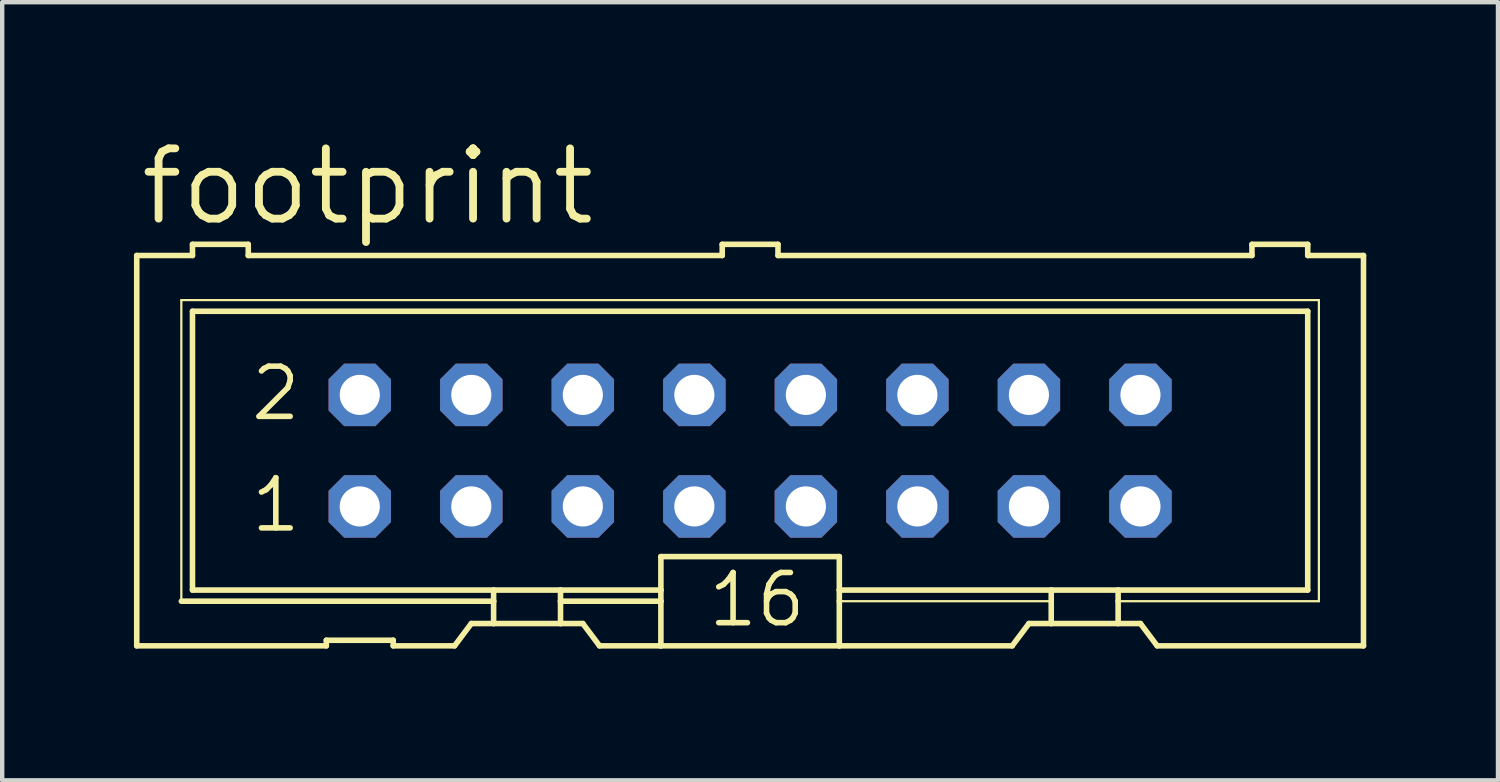
<source format=kicad_pcb>
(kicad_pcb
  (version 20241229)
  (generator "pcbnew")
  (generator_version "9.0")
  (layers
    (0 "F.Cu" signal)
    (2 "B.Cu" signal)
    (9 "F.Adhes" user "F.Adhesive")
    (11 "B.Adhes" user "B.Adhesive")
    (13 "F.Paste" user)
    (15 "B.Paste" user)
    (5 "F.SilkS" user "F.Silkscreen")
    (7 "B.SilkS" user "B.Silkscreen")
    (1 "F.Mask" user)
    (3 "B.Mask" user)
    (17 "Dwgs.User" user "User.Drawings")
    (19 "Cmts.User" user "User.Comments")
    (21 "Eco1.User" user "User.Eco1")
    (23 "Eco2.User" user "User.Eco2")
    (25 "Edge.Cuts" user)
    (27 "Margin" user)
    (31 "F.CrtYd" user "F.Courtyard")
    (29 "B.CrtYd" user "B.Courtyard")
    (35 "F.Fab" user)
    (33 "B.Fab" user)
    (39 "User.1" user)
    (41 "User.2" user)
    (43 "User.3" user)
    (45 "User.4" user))
  (footprint "footprint"
    (layer "F.Cu")
    (at 14.034 7.214)
    (property "Reference" "footprint" (at -13.97 -5.08 0) (layer "F.SilkS") (effects (font (size 1.6 1.6) (thickness 0.178)) (justify left bottom)))
    (fp_line (start -13.97 -4.445) (end -13.97 4.445) (stroke (width 0.127) (type solid)) (layer "F.SilkS"))
    (fp_line (start -13.97 -4.445) (end -12.7 -4.445) (stroke (width 0.127) (type solid)) (layer "F.SilkS"))
    (fp_line (start -13.97 4.445) (end -9.652 4.445) (stroke (width 0.127) (type solid)) (layer "F.SilkS"))
    (fp_line (start -12.954 -3.429) (end -12.954 3.429) (stroke (width 0.051) (type solid)) (layer "F.SilkS"))
    (fp_line (start -12.954 3.429) (end -5.842 3.429) (stroke (width 0.127) (type solid)) (layer "F.SilkS"))
    (fp_line (start -12.7 -4.699) (end -12.7 -4.445) (stroke (width 0.127) (type solid)) (layer "F.SilkS"))
    (fp_line (start -12.7 -3.175) (end -12.7 3.175) (stroke (width 0.127) (type solid)) (layer "F.SilkS"))
    (fp_line (start -12.7 -3.175) (end 12.7 -3.175) (stroke (width 0.127) (type solid)) (layer "F.SilkS"))
    (fp_line (start -11.43 -4.699) (end -12.7 -4.699) (stroke (width 0.127) (type solid)) (layer "F.SilkS"))
    (fp_line (start -11.43 -4.699) (end -11.43 -4.445) (stroke (width 0.127) (type solid)) (layer "F.SilkS"))
    (fp_line (start -11.43 -4.445) (end -0.635 -4.445) (stroke (width 0.127) (type solid)) (layer "F.SilkS"))
    (fp_line (start -9.652 4.318) (end -9.652 4.445) (stroke (width 0.127) (type solid)) (layer "F.SilkS"))
    (fp_line (start -9.652 4.318) (end -8.128 4.318) (stroke (width 0.127) (type solid)) (layer "F.SilkS"))
    (fp_line (start -8.128 4.445) (end -8.128 4.318) (stroke (width 0.127) (type solid)) (layer "F.SilkS"))
    (fp_line (start -8.128 4.445) (end -6.731 4.445) (stroke (width 0.127) (type solid)) (layer "F.SilkS"))
    (fp_line (start -6.731 4.445) (end -6.35 3.937) (stroke (width 0.127) (type solid)) (layer "F.SilkS"))
    (fp_line (start -5.842 3.175) (end -12.7 3.175) (stroke (width 0.127) (type solid)) (layer "F.SilkS"))
    (fp_line (start -5.842 3.175) (end -5.842 3.429) (stroke (width 0.127) (type solid)) (layer "F.SilkS"))
    (fp_line (start -5.842 3.429) (end -5.842 3.937) (stroke (width 0.127) (type solid)) (layer "F.SilkS"))
    (fp_line (start -5.842 3.937) (end -6.35 3.937) (stroke (width 0.127) (type solid)) (layer "F.SilkS"))
    (fp_line (start -4.318 3.175) (end -5.842 3.175) (stroke (width 0.127) (type solid)) (layer "F.SilkS"))
    (fp_line (start -4.318 3.175) (end -4.318 3.429) (stroke (width 0.127) (type solid)) (layer "F.SilkS"))
    (fp_line (start -4.318 3.429) (end -4.318 3.937) (stroke (width 0.127) (type solid)) (layer "F.SilkS"))
    (fp_line (start -4.318 3.429) (end -2.032 3.429) (stroke (width 0.127) (type solid)) (layer "F.SilkS"))
    (fp_line (start -4.318 3.937) (end -5.842 3.937) (stroke (width 0.127) (type solid)) (layer "F.SilkS"))
    (fp_line (start -3.81 3.937) (end -4.318 3.937) (stroke (width 0.127) (type solid)) (layer "F.SilkS"))
    (fp_line (start -3.81 3.937) (end -3.429 4.445) (stroke (width 0.127) (type solid)) (layer "F.SilkS"))
    (fp_line (start -3.429 4.445) (end -2.032 4.445) (stroke (width 0.127) (type solid)) (layer "F.SilkS"))
    (fp_line (start -2.032 3.175) (end -4.318 3.175) (stroke (width 0.127) (type solid)) (layer "F.SilkS"))
    (fp_line (start -2.032 3.175) (end -2.032 2.413) (stroke (width 0.127) (type solid)) (layer "F.SilkS"))
    (fp_line (start -2.032 3.175) (end -2.032 3.429) (stroke (width 0.127) (type solid)) (layer "F.SilkS"))
    (fp_line (start -2.032 3.429) (end -2.032 4.445) (stroke (width 0.127) (type solid)) (layer "F.SilkS"))
    (fp_line (start -0.635 -4.699) (end -0.635 -4.445) (stroke (width 0.127) (type solid)) (layer "F.SilkS"))
    (fp_line (start 0.635 -4.699) (end -0.635 -4.699) (stroke (width 0.127) (type solid)) (layer "F.SilkS"))
    (fp_line (start 0.635 -4.699) (end 0.635 -4.445) (stroke (width 0.127) (type solid)) (layer "F.SilkS"))
    (fp_line (start 0.635 -4.445) (end 11.43 -4.445) (stroke (width 0.127) (type solid)) (layer "F.SilkS"))
    (fp_line (start 2.032 2.413) (end -2.032 2.413) (stroke (width 0.127) (type solid)) (layer "F.SilkS"))
    (fp_line (start 2.032 2.413) (end 2.032 3.175) (stroke (width 0.127) (type solid)) (layer "F.SilkS"))
    (fp_line (start 2.032 3.175) (end 2.032 3.429) (stroke (width 0.127) (type solid)) (layer "F.SilkS"))
    (fp_line (start 2.032 3.429) (end 2.032 4.445) (stroke (width 0.127) (type solid)) (layer "F.SilkS"))
    (fp_line (start 2.032 4.445) (end -2.032 4.445) (stroke (width 0.127) (type solid)) (layer "F.SilkS"))
    (fp_line (start 5.969 4.445) (end 2.032 4.445) (stroke (width 0.127) (type solid)) (layer "F.SilkS"))
    (fp_line (start 5.969 4.445) (end 6.35 3.937) (stroke (width 0.127) (type solid)) (layer "F.SilkS"))
    (fp_line (start 6.858 3.175) (end 2.032 3.175) (stroke (width 0.127) (type solid)) (layer "F.SilkS"))
    (fp_line (start 6.858 3.175) (end 6.858 3.429) (stroke (width 0.127) (type solid)) (layer "F.SilkS"))
    (fp_line (start 6.858 3.429) (end 2.032 3.429) (stroke (width 0.051) (type solid)) (layer "F.SilkS"))
    (fp_line (start 6.858 3.429) (end 6.858 3.937) (stroke (width 0.127) (type solid)) (layer "F.SilkS"))
    (fp_line (start 6.858 3.937) (end 6.35 3.937) (stroke (width 0.127) (type solid)) (layer "F.SilkS"))
    (fp_line (start 8.382 3.175) (end 6.858 3.175) (stroke (width 0.127) (type solid)) (layer "F.SilkS"))
    (fp_line (start 8.382 3.175) (end 8.382 3.429) (stroke (width 0.127) (type solid)) (layer "F.SilkS"))
    (fp_line (start 8.382 3.429) (end 8.382 3.937) (stroke (width 0.127) (type solid)) (layer "F.SilkS"))
    (fp_line (start 8.382 3.429) (end 12.954 3.429) (stroke (width 0.051) (type solid)) (layer "F.SilkS"))
    (fp_line (start 8.382 3.937) (end 6.858 3.937) (stroke (width 0.127) (type solid)) (layer "F.SilkS"))
    (fp_line (start 8.89 3.937) (end 8.382 3.937) (stroke (width 0.127) (type solid)) (layer "F.SilkS"))
    (fp_line (start 8.89 3.937) (end 9.271 4.445) (stroke (width 0.127) (type solid)) (layer "F.SilkS"))
    (fp_line (start 11.43 -4.445) (end 11.43 -4.699) (stroke (width 0.127) (type solid)) (layer "F.SilkS"))
    (fp_line (start 12.7 -4.699) (end 11.43 -4.699) (stroke (width 0.127) (type solid)) (layer "F.SilkS"))
    (fp_line (start 12.7 -4.445) (end 12.7 -4.699) (stroke (width 0.127) (type solid)) (layer "F.SilkS"))
    (fp_line (start 12.7 -4.445) (end 13.97 -4.445) (stroke (width 0.127) (type solid)) (layer "F.SilkS"))
    (fp_line (start 12.7 3.175) (end 8.382 3.175) (stroke (width 0.127) (type solid)) (layer "F.SilkS"))
    (fp_line (start 12.7 3.175) (end 12.7 -3.175) (stroke (width 0.127) (type solid)) (layer "F.SilkS"))
    (fp_line (start 12.954 -3.429) (end -12.954 -3.429) (stroke (width 0.051) (type solid)) (layer "F.SilkS"))
    (fp_line (start 12.954 3.429) (end 12.954 -3.429) (stroke (width 0.051) (type solid)) (layer "F.SilkS"))
    (fp_line (start 13.97 4.445) (end 9.271 4.445) (stroke (width 0.127) (type solid)) (layer "F.SilkS"))
    (fp_line (start 13.97 4.445) (end 13.97 -4.445) (stroke (width 0.127) (type solid)) (layer "F.SilkS"))
    (fp_poly (pts (xy -9.144 -1.016) (xy -8.636 -1.016) (xy -8.636 -1.524) (xy -9.144 -1.524)) (stroke (width 0.1) (type solid)) (fill no) (layer "F.Fab"))
    (fp_poly (pts (xy -9.144 1.524) (xy -8.636 1.524) (xy -8.636 1.016) (xy -9.144 1.016)) (stroke (width 0.1) (type solid)) (fill no) (layer "F.Fab"))
    (fp_poly (pts (xy -6.604 -1.016) (xy -6.096 -1.016) (xy -6.096 -1.524) (xy -6.604 -1.524)) (stroke (width 0.1) (type solid)) (fill no) (layer "F.Fab"))
    (fp_poly (pts (xy -6.604 1.524) (xy -6.096 1.524) (xy -6.096 1.016) (xy -6.604 1.016)) (stroke (width 0.1) (type solid)) (fill no) (layer "F.Fab"))
    (fp_poly (pts (xy -4.064 -1.016) (xy -3.556 -1.016) (xy -3.556 -1.524) (xy -4.064 -1.524)) (stroke (width 0.1) (type solid)) (fill no) (layer "F.Fab"))
    (fp_poly (pts (xy -4.064 1.524) (xy -3.556 1.524) (xy -3.556 1.016) (xy -4.064 1.016)) (stroke (width 0.1) (type solid)) (fill no) (layer "F.Fab"))
    (fp_poly (pts (xy -1.524 -1.016) (xy -1.016 -1.016) (xy -1.016 -1.524) (xy -1.524 -1.524)) (stroke (width 0.1) (type solid)) (fill no) (layer "F.Fab"))
    (fp_poly (pts (xy -1.524 1.524) (xy -1.016 1.524) (xy -1.016 1.016) (xy -1.524 1.016)) (stroke (width 0.1) (type solid)) (fill no) (layer "F.Fab"))
    (fp_poly (pts (xy 1.016 -1.016) (xy 1.524 -1.016) (xy 1.524 -1.524) (xy 1.016 -1.524)) (stroke (width 0.1) (type solid)) (fill no) (layer "F.Fab"))
    (fp_poly (pts (xy 1.016 1.524) (xy 1.524 1.524) (xy 1.524 1.016) (xy 1.016 1.016)) (stroke (width 0.1) (type solid)) (fill no) (layer "F.Fab"))
    (fp_poly (pts (xy 3.556 -1.016) (xy 4.064 -1.016) (xy 4.064 -1.524) (xy 3.556 -1.524)) (stroke (width 0.1) (type solid)) (fill no) (layer "F.Fab"))
    (fp_poly (pts (xy 3.556 1.524) (xy 4.064 1.524) (xy 4.064 1.016) (xy 3.556 1.016)) (stroke (width 0.1) (type solid)) (fill no) (layer "F.Fab"))
    (fp_poly (pts (xy 6.096 -1.016) (xy 6.604 -1.016) (xy 6.604 -1.524) (xy 6.096 -1.524)) (stroke (width 0.1) (type solid)) (fill no) (layer "F.Fab"))
    (fp_poly (pts (xy 6.096 1.524) (xy 6.604 1.524) (xy 6.604 1.016) (xy 6.096 1.016)) (stroke (width 0.1) (type solid)) (fill no) (layer "F.Fab"))
    (fp_poly (pts (xy 8.636 -1.016) (xy 9.144 -1.016) (xy 9.144 -1.524) (xy 8.636 -1.524)) (stroke (width 0.1) (type solid)) (fill no) (layer "F.Fab"))
    (fp_poly (pts (xy 8.636 1.524) (xy 9.144 1.524) (xy 9.144 1.016) (xy 8.636 1.016)) (stroke (width 0.1) (type solid)) (fill no) (layer "F.Fab"))
    (fp_text user "2" (at -11.43 -0.635 0) (layer "F.SilkS") (effects (font (size 1.143 1.143) (thickness 0.127)) (justify left bottom)))
    (fp_text user "16" (at -1.016 4.064 0) (layer "F.SilkS") (effects (font (size 1.143 1.143) (thickness 0.127)) (justify left bottom)))
    (fp_text user "1" (at -11.43 1.905 0) (layer "F.SilkS") (effects (font (size 1.143 1.143) (thickness 0.127)) (justify left bottom)))
    (pad "1" thru_hole roundrect (at -8.89 1.27) (size 1.422 1.422) (drill 0.914) (layers "*.Cu" "*.Mask") (roundrect_rratio 0.25) (chamfer_ratio 0.25) (chamfer top_left top_right bottom_left bottom_right))
    (pad "2" thru_hole roundrect (at -8.89 -1.27) (size 1.422 1.422) (drill 0.914) (layers "*.Cu" "*.Mask") (roundrect_rratio 0.25) (chamfer_ratio 0.25) (chamfer top_left top_right bottom_left bottom_right))
    (pad "3" thru_hole roundrect (at -6.35 1.27) (size 1.422 1.422) (drill 0.914) (layers "*.Cu" "*.Mask") (roundrect_rratio 0.25) (chamfer_ratio 0.25) (chamfer top_left top_right bottom_left bottom_right))
    (pad "4" thru_hole roundrect (at -6.35 -1.27) (size 1.422 1.422) (drill 0.914) (layers "*.Cu" "*.Mask") (roundrect_rratio 0.25) (chamfer_ratio 0.25) (chamfer top_left top_right bottom_left bottom_right))
    (pad "5" thru_hole roundrect (at -3.81 1.27) (size 1.422 1.422) (drill 0.914) (layers "*.Cu" "*.Mask") (roundrect_rratio 0.25) (chamfer_ratio 0.25) (chamfer top_left top_right bottom_left bottom_right))
    (pad "6" thru_hole roundrect (at -3.81 -1.27) (size 1.422 1.422) (drill 0.914) (layers "*.Cu" "*.Mask") (roundrect_rratio 0.25) (chamfer_ratio 0.25) (chamfer top_left top_right bottom_left bottom_right))
    (pad "7" thru_hole roundrect (at -1.27 1.27) (size 1.422 1.422) (drill 0.914) (layers "*.Cu" "*.Mask") (roundrect_rratio 0.25) (chamfer_ratio 0.25) (chamfer top_left top_right bottom_left bottom_right))
    (pad "8" thru_hole roundrect (at -1.27 -1.27) (size 1.422 1.422) (drill 0.914) (layers "*.Cu" "*.Mask") (roundrect_rratio 0.25) (chamfer_ratio 0.25) (chamfer top_left top_right bottom_left bottom_right))
    (pad "9" thru_hole roundrect (at 1.27 1.27) (size 1.422 1.422) (drill 0.914) (layers "*.Cu" "*.Mask") (roundrect_rratio 0.25) (chamfer_ratio 0.25) (chamfer top_left top_right bottom_left bottom_right))
    (pad "10" thru_hole roundrect (at 1.27 -1.27) (size 1.422 1.422) (drill 0.914) (layers "*.Cu" "*.Mask") (roundrect_rratio 0.25) (chamfer_ratio 0.25) (chamfer top_left top_right bottom_left bottom_right))
    (pad "11" thru_hole roundrect (at 3.81 1.27) (size 1.422 1.422) (drill 0.914) (layers "*.Cu" "*.Mask") (roundrect_rratio 0.25) (chamfer_ratio 0.25) (chamfer top_left top_right bottom_left bottom_right))
    (pad "12" thru_hole roundrect (at 3.81 -1.27) (size 1.422 1.422) (drill 0.914) (layers "*.Cu" "*.Mask") (roundrect_rratio 0.25) (chamfer_ratio 0.25) (chamfer top_left top_right bottom_left bottom_right))
    (pad "13" thru_hole roundrect (at 6.35 1.27) (size 1.422 1.422) (drill 0.914) (layers "*.Cu" "*.Mask") (roundrect_rratio 0.25) (chamfer_ratio 0.25) (chamfer top_left top_right bottom_left bottom_right))
    (pad "14" thru_hole roundrect (at 6.35 -1.27) (size 1.422 1.422) (drill 0.914) (layers "*.Cu" "*.Mask") (roundrect_rratio 0.25) (chamfer_ratio 0.25) (chamfer top_left top_right bottom_left bottom_right))
    (pad "15" thru_hole roundrect (at 8.89 1.27) (size 1.422 1.422) (drill 0.914) (layers "*.Cu" "*.Mask") (roundrect_rratio 0.25) (chamfer_ratio 0.25) (chamfer top_left top_right bottom_left bottom_right))
    (pad "16" thru_hole roundrect (at 8.89 -1.27) (size 1.422 1.422) (drill 0.914) (layers "*.Cu" "*.Mask") (roundrect_rratio 0.25) (chamfer_ratio 0.25) (chamfer top_left top_right bottom_left bottom_right)))
  (gr_rect
    (start -3 -3)
    (end 31.067 14.722)
    (stroke (width 0.1) (type default))
    (fill no)
    (layer "Edge.Cuts")))
</source>
